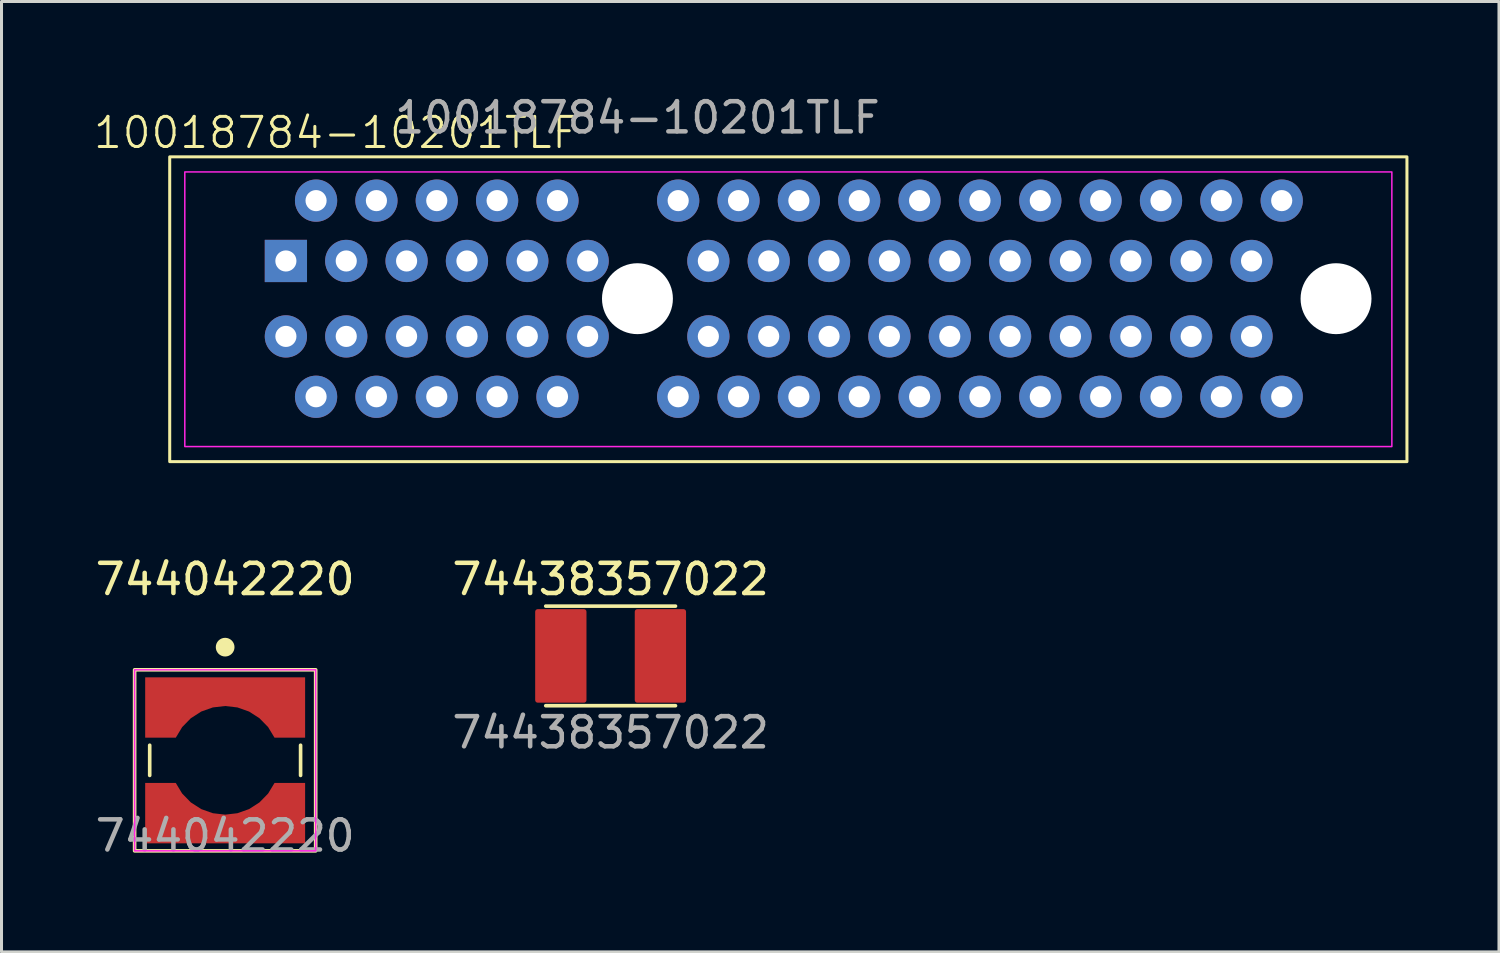
<source format=kicad_pcb>
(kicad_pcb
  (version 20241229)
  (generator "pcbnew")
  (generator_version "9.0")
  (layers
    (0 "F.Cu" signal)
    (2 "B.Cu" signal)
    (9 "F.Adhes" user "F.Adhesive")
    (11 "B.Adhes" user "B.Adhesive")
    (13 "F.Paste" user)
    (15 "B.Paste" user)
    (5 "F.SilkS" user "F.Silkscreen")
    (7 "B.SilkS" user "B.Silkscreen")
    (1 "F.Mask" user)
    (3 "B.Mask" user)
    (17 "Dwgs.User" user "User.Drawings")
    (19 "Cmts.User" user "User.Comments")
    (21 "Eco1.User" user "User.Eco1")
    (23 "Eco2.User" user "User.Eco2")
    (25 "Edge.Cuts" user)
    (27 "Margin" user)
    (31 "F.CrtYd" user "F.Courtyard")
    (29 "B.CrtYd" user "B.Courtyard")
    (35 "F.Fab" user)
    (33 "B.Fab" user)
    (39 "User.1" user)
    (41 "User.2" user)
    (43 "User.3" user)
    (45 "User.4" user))
  (footprint "744042220"
    (layer "F.Cu")
    (at 4.411 22.146)
    (property "Reference" "744042220" (at 0 -6 0) (unlocked yes) (layer "F.SilkS") (effects (font (size 1 1) (thickness 0.15))))
    (attr smd)
    (fp_line (start -2.5 -0.5) (end -2.5 0.5) (stroke (width 0.12) (type default)) (layer "F.SilkS"))
    (fp_line (start 2.5 -0.5) (end 2.5 0.5) (stroke (width 0.12) (type default)) (layer "F.SilkS"))
    (fp_rect (start -3 -3) (end 3 3) (stroke (width 0.12) (type default)) (fill no) (layer "F.SilkS"))
    (fp_circle (center 0 -3.75) (end 0.25 -3.75) (stroke (width 0.12) (type solid)) (fill yes) (layer "F.SilkS"))
    (fp_rect (start -3 -3) (end 3 3) (stroke (width 0.05) (type default)) (fill no) (layer "F.CrtYd"))
    (fp_text user "${REFERENCE}" (at 0 2.5 0) (unlocked yes) (layer "F.Fab") (effects (font (size 1 1) (thickness 0.15))))
    (pad "1" smd custom (at 0 -2.275 180) (size 5.3 0.95) (layers "F.Cu" "F.Mask" "F.Paste") (options (anchor rect)) (primitives (gr_poly (pts (xy -2.65 -1.525) (xy -2.65 0.475) (xy 2.65 0.475) (xy 2.65 -1.525) (xy 1.636 -1.525) (xy 1.424 -1.174) (xy 1.138 -0.881) (xy 0.793 -0.659) (xy 0.407 -0.522) (xy 0 -0.475) (xy -0.407 -0.522) (xy -0.793 -0.659) (xy -1.138 -0.881) (xy -1.424 -1.174) (xy -1.636 -1.525)) (width 0) (fill yes))))
    (pad "2" smd custom (at 0 2.275) (size 5.3 0.95) (layers "F.Cu" "F.Mask" "F.Paste") (options (anchor rect)) (primitives (gr_poly (pts (xy -2.65 -1.525) (xy -2.65 0.475) (xy 2.65 0.475) (xy 2.65 -1.525) (xy 1.636 -1.525) (xy 1.424 -1.174) (xy 1.138 -0.881) (xy 0.793 -0.659) (xy 0.407 -0.522) (xy 0 -0.475) (xy -0.407 -0.522) (xy -0.793 -0.659) (xy -1.138 -0.881) (xy -1.424 -1.174) (xy -1.636 -1.525)) (width 0) (fill yes)))))
  (footprint "10018784-10201TLF"
    (layer "F.Cu")
    (at 18.074 6.848)
    (property "Reference" "10018784-10201TLF" (at -10 -5.5 0) (unlocked yes) (layer "F.SilkS") (effects (font (size 1 1) (thickness 0.1))))
    (attr through_hole)
    (fp_rect (start -15.5 -4.7) (end 25.5 5.4) (stroke (width 0.1) (type default)) (fill no) (layer "F.SilkS"))
    (fp_rect (start -15 -4.2) (end 25 4.9) (stroke (width 0.05) (type default)) (fill no) (layer "F.CrtYd"))
    (fp_text user "${REFERENCE}" (at 0 -6 0) (unlocked yes) (layer "F.Fab") (effects (font (size 1 1) (thickness 0.15))))
    (pad "" np_thru_hole circle (at 0 0) (size 2.35 2.35) (drill 2.35) (layers "*.Cu" "*.Mask"))
    (pad "" np_thru_hole circle (at 23.15 0) (size 2.35 2.35) (drill 2.35) (layers "*.Cu" "*.Mask"))
    (pad "A1" thru_hole rect (at -11.65 -1.25) (size 1.4 1.4) (drill 0.7) (layers "*.Cu" "*.Mask"))
    (pad "A2" thru_hole circle (at -10.65 -3.25) (size 1.4 1.4) (drill 0.7) (layers "*.Cu" "*.Mask"))
    (pad "A3" thru_hole circle (at -9.65 -1.25) (size 1.4 1.4) (drill 0.7) (layers "*.Cu" "*.Mask"))
    (pad "A4" thru_hole circle (at -8.65 -3.25) (size 1.4 1.4) (drill 0.7) (layers "*.Cu" "*.Mask"))
    (pad "A5" thru_hole circle (at -7.65 -1.25) (size 1.4 1.4) (drill 0.7) (layers "*.Cu" "*.Mask"))
    (pad "A6" thru_hole circle (at -6.65 -3.25) (size 1.4 1.4) (drill 0.7) (layers "*.Cu" "*.Mask"))
    (pad "A7" thru_hole circle (at -5.65 -1.25) (size 1.4 1.4) (drill 0.7) (layers "*.Cu" "*.Mask"))
    (pad "A8" thru_hole circle (at -4.65 -3.25) (size 1.4 1.4) (drill 0.7) (layers "*.Cu" "*.Mask"))
    (pad "A9" thru_hole circle (at -3.65 -1.25) (size 1.4 1.4) (drill 0.7) (layers "*.Cu" "*.Mask"))
    (pad "A10" thru_hole circle (at -2.65 -3.25) (size 1.4 1.4) (drill 0.7) (layers "*.Cu" "*.Mask"))
    (pad "A11" thru_hole circle (at -1.65 -1.25) (size 1.4 1.4) (drill 0.7) (layers "*.Cu" "*.Mask"))
    (pad "A12" thru_hole circle (at 1.35 -3.25) (size 1.4 1.4) (drill 0.7) (layers "*.Cu" "*.Mask"))
    (pad "A13" thru_hole circle (at 2.35 -1.25) (size 1.4 1.4) (drill 0.7) (layers "*.Cu" "*.Mask"))
    (pad "A14" thru_hole circle (at 3.35 -3.25) (size 1.4 1.4) (drill 0.7) (layers "*.Cu" "*.Mask"))
    (pad "A15" thru_hole circle (at 4.35 -1.25) (size 1.4 1.4) (drill 0.7) (layers "*.Cu" "*.Mask"))
    (pad "A16" thru_hole circle (at 5.35 -3.25) (size 1.4 1.4) (drill 0.7) (layers "*.Cu" "*.Mask"))
    (pad "A17" thru_hole circle (at 6.35 -1.25) (size 1.4 1.4) (drill 0.7) (layers "*.Cu" "*.Mask"))
    (pad "A18" thru_hole circle (at 7.35 -3.25) (size 1.4 1.4) (drill 0.7) (layers "*.Cu" "*.Mask"))
    (pad "A19" thru_hole circle (at 8.35 -1.25) (size 1.4 1.4) (drill 0.7) (layers "*.Cu" "*.Mask"))
    (pad "A20" thru_hole circle (at 9.35 -3.25) (size 1.4 1.4) (drill 0.7) (layers "*.Cu" "*.Mask"))
    (pad "A21" thru_hole circle (at 10.35 -1.25) (size 1.4 1.4) (drill 0.7) (layers "*.Cu" "*.Mask"))
    (pad "A22" thru_hole circle (at 11.35 -3.25) (size 1.4 1.4) (drill 0.7) (layers "*.Cu" "*.Mask"))
    (pad "A23" thru_hole circle (at 12.35 -1.25) (size 1.4 1.4) (drill 0.7) (layers "*.Cu" "*.Mask"))
    (pad "A24" thru_hole circle (at 13.35 -3.25) (size 1.4 1.4) (drill 0.7) (layers "*.Cu" "*.Mask"))
    (pad "A25" thru_hole circle (at 14.35 -1.25) (size 1.4 1.4) (drill 0.7) (layers "*.Cu" "*.Mask"))
    (pad "A26" thru_hole circle (at 15.35 -3.25) (size 1.4 1.4) (drill 0.7) (layers "*.Cu" "*.Mask"))
    (pad "A27" thru_hole circle (at 16.35 -1.25) (size 1.4 1.4) (drill 0.7) (layers "*.Cu" "*.Mask"))
    (pad "A28" thru_hole circle (at 17.35 -3.25) (size 1.4 1.4) (drill 0.7) (layers "*.Cu" "*.Mask"))
    (pad "A29" thru_hole circle (at 18.35 -1.25) (size 1.4 1.4) (drill 0.7) (layers "*.Cu" "*.Mask"))
    (pad "A30" thru_hole circle (at 19.35 -3.25) (size 1.4 1.4) (drill 0.7) (layers "*.Cu" "*.Mask"))
    (pad "A31" thru_hole circle (at 20.35 -1.25) (size 1.4 1.4) (drill 0.7) (layers "*.Cu" "*.Mask"))
    (pad "A32" thru_hole circle (at 21.35 -3.25) (size 1.4 1.4) (drill 0.7) (layers "*.Cu" "*.Mask"))
    (pad "B1" thru_hole circle (at -11.65 1.25) (size 1.4 1.4) (drill 0.7) (layers "*.Cu" "*.Mask"))
    (pad "B2" thru_hole circle (at -10.65 3.25) (size 1.4 1.4) (drill 0.7) (layers "*.Cu" "*.Mask"))
    (pad "B3" thru_hole circle (at -9.65 1.25) (size 1.4 1.4) (drill 0.7) (layers "*.Cu" "*.Mask"))
    (pad "B4" thru_hole circle (at -8.65 3.25) (size 1.4 1.4) (drill 0.7) (layers "*.Cu" "*.Mask"))
    (pad "B5" thru_hole circle (at -7.65 1.25) (size 1.4 1.4) (drill 0.7) (layers "*.Cu" "*.Mask"))
    (pad "B6" thru_hole circle (at -6.65 3.25) (size 1.4 1.4) (drill 0.7) (layers "*.Cu" "*.Mask"))
    (pad "B7" thru_hole circle (at -5.65 1.25) (size 1.4 1.4) (drill 0.7) (layers "*.Cu" "*.Mask"))
    (pad "B8" thru_hole circle (at -4.65 3.25) (size 1.4 1.4) (drill 0.7) (layers "*.Cu" "*.Mask"))
    (pad "B9" thru_hole circle (at -3.65 1.25) (size 1.4 1.4) (drill 0.7) (layers "*.Cu" "*.Mask"))
    (pad "B10" thru_hole circle (at -2.65 3.25) (size 1.4 1.4) (drill 0.7) (layers "*.Cu" "*.Mask"))
    (pad "B11" thru_hole circle (at -1.65 1.25) (size 1.4 1.4) (drill 0.7) (layers "*.Cu" "*.Mask"))
    (pad "B12" thru_hole circle (at 1.35 3.25) (size 1.4 1.4) (drill 0.7) (layers "*.Cu" "*.Mask"))
    (pad "B13" thru_hole circle (at 2.35 1.25) (size 1.4 1.4) (drill 0.7) (layers "*.Cu" "*.Mask"))
    (pad "B14" thru_hole circle (at 3.35 3.25) (size 1.4 1.4) (drill 0.7) (layers "*.Cu" "*.Mask"))
    (pad "B15" thru_hole circle (at 4.35 1.25) (size 1.4 1.4) (drill 0.7) (layers "*.Cu" "*.Mask"))
    (pad "B16" thru_hole circle (at 5.35 3.25) (size 1.4 1.4) (drill 0.7) (layers "*.Cu" "*.Mask"))
    (pad "B17" thru_hole circle (at 6.35 1.25) (size 1.4 1.4) (drill 0.7) (layers "*.Cu" "*.Mask"))
    (pad "B18" thru_hole circle (at 7.35 3.25) (size 1.4 1.4) (drill 0.7) (layers "*.Cu" "*.Mask"))
    (pad "B19" thru_hole circle (at 8.35 1.25) (size 1.4 1.4) (drill 0.7) (layers "*.Cu" "*.Mask"))
    (pad "B20" thru_hole circle (at 9.35 3.25) (size 1.4 1.4) (drill 0.7) (layers "*.Cu" "*.Mask"))
    (pad "B21" thru_hole circle (at 10.35 1.25) (size 1.4 1.4) (drill 0.7) (layers "*.Cu" "*.Mask"))
    (pad "B22" thru_hole circle (at 11.35 3.25) (size 1.4 1.4) (drill 0.7) (layers "*.Cu" "*.Mask"))
    (pad "B23" thru_hole circle (at 12.35 1.25) (size 1.4 1.4) (drill 0.7) (layers "*.Cu" "*.Mask"))
    (pad "B24" thru_hole circle (at 13.35 3.25) (size 1.4 1.4) (drill 0.7) (layers "*.Cu" "*.Mask"))
    (pad "B25" thru_hole circle (at 14.35 1.25) (size 1.4 1.4) (drill 0.7) (layers "*.Cu" "*.Mask"))
    (pad "B26" thru_hole circle (at 15.35 3.25) (size 1.4 1.4) (drill 0.7) (layers "*.Cu" "*.Mask"))
    (pad "B27" thru_hole circle (at 16.35 1.25) (size 1.4 1.4) (drill 0.7) (layers "*.Cu" "*.Mask"))
    (pad "B28" thru_hole circle (at 17.35 3.25) (size 1.4 1.4) (drill 0.7) (layers "*.Cu" "*.Mask"))
    (pad "B29" thru_hole circle (at 18.35 1.25) (size 1.4 1.4) (drill 0.7) (layers "*.Cu" "*.Mask"))
    (pad "B30" thru_hole circle (at 19.35 3.25) (size 1.4 1.4) (drill 0.7) (layers "*.Cu" "*.Mask"))
    (pad "B31" thru_hole circle (at 20.35 1.25) (size 1.4 1.4) (drill 0.7) (layers "*.Cu" "*.Mask"))
    (pad "B32" thru_hole circle (at 21.35 3.25) (size 1.4 1.4) (drill 0.7) (layers "*.Cu" "*.Mask")))
  (footprint "74438357022"
    (layer "F.Cu")
    (at 17.185 18.686)
    (property "Reference" "74438357022" (at 0 -2.54 0) (layer "F.SilkS") (effects (font (size 1 1) (thickness 0.15))))
    (attr smd)
    (fp_line (start -2.15 -1.65) (end 2.15 -1.65) (stroke (width 0.12) (type default)) (layer "F.SilkS"))
    (fp_line (start -2.15 1.65) (end 2.15 1.65) (stroke (width 0.12) (type default)) (layer "F.SilkS"))
    (fp_text user "${REFERENCE}" (at 0 2.54 0) (unlocked yes) (layer "F.Fab") (effects (font (size 1 1) (thickness 0.15))))
    (pad "1" smd roundrect (at -1.65 0) (size 1.7 3.1) (layers "F.Cu" "F.Mask" "F.Paste") (roundrect_rratio 0.05))
    (pad "2" smd roundrect (at 1.65 0) (size 1.7 3.1) (layers "F.Cu" "F.Mask" "F.Paste") (roundrect_rratio 0.05)))
  (gr_rect
    (start -3 -3)
    (end 46.624 28.495)
    (stroke (width 0.1) (type default))
    (fill no)
    (layer "Edge.Cuts")))
</source>
